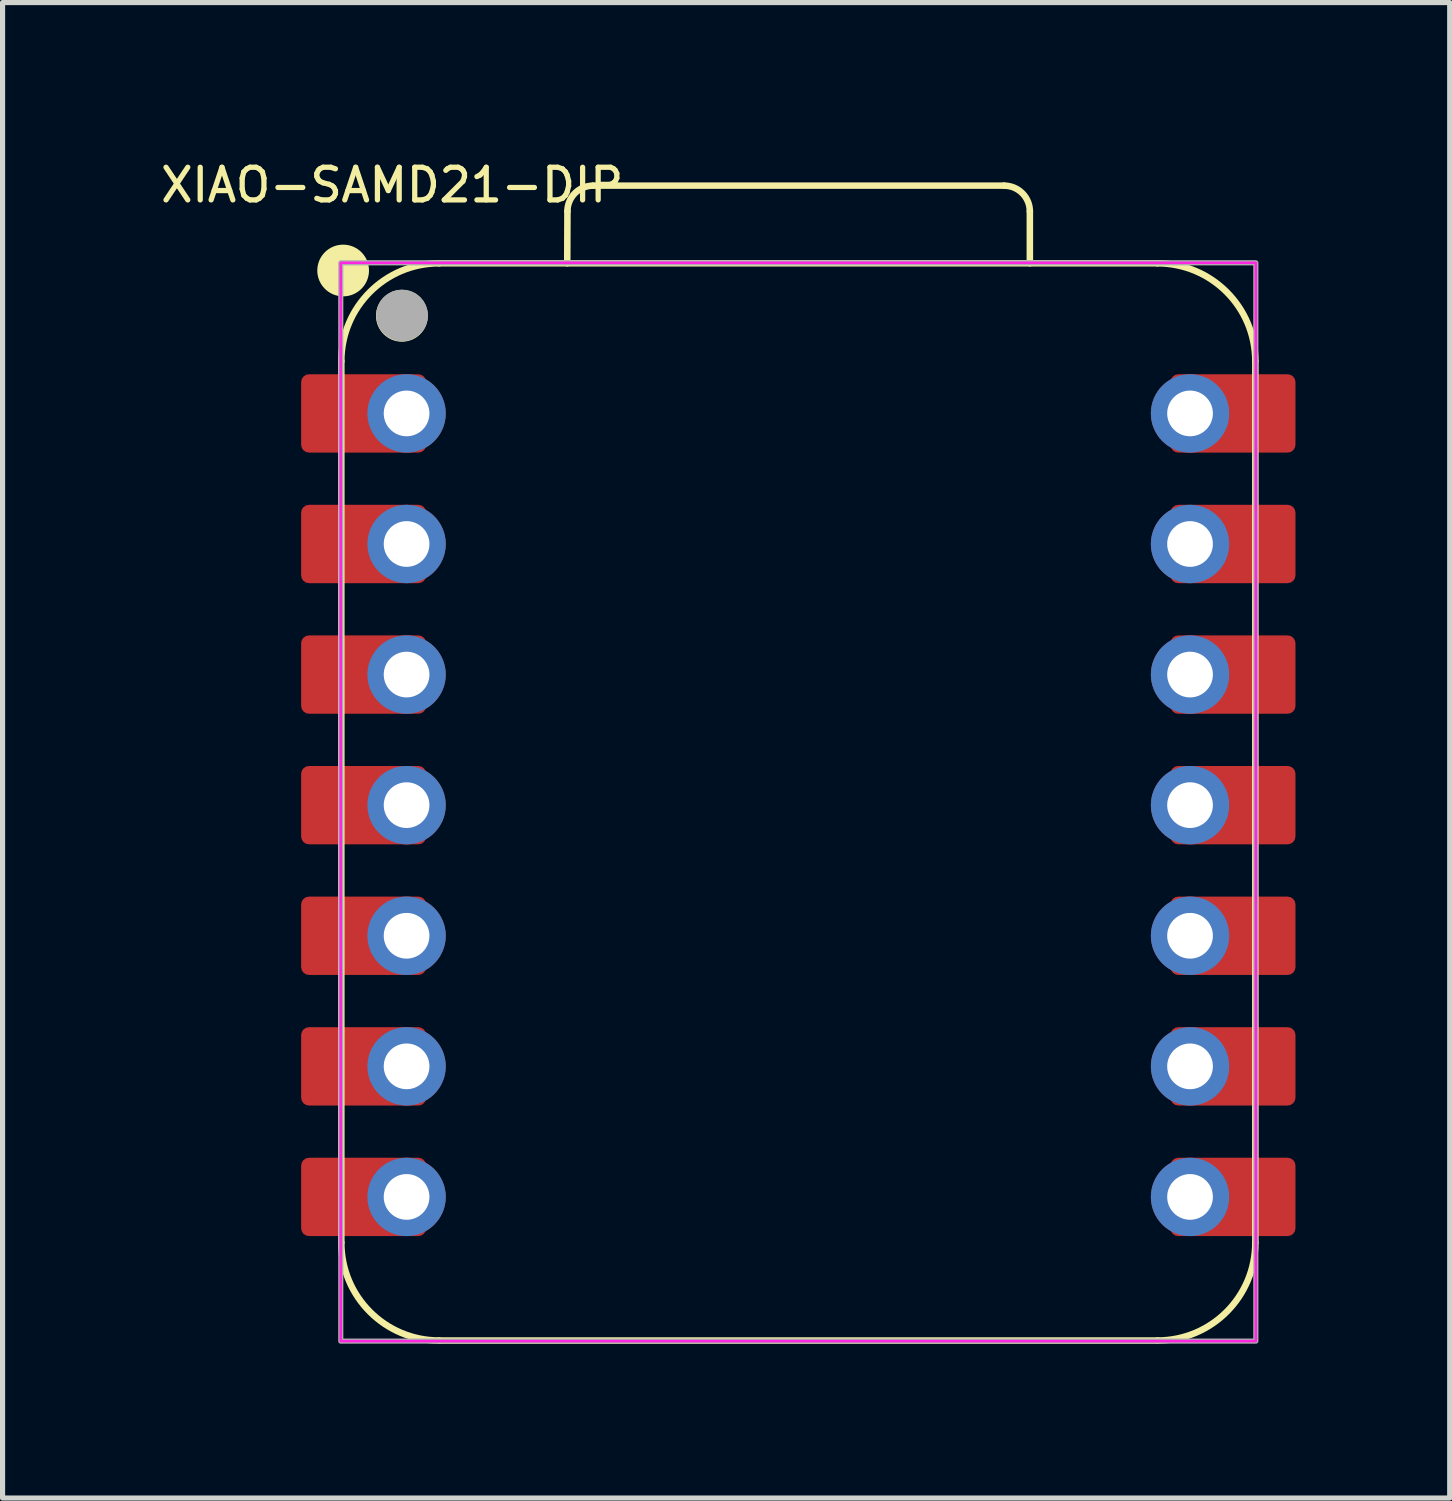
<source format=kicad_pcb>
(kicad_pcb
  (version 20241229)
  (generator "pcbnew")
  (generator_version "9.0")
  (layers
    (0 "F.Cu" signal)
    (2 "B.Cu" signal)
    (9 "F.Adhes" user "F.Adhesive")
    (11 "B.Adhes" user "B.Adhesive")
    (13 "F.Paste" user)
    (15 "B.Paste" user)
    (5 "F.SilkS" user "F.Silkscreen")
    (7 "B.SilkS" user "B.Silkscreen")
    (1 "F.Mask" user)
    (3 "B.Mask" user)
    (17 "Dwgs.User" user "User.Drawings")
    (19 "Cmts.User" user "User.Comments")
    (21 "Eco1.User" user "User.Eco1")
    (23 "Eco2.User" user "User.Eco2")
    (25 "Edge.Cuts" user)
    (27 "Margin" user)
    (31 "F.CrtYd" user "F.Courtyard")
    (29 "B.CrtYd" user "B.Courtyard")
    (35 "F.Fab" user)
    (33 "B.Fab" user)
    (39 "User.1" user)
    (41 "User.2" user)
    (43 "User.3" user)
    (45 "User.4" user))
  (footprint "XIAO-SAMD21-DIP"
    (layer "F.Cu")
    (at 12.579 12.55)
    (property "Reference" "XIAO-SAMD21-DIP" (at -8 -12 0) (unlocked yes) (layer "F.SilkS") (effects (font (size 0.635 0.635) (thickness 0.102))))
    (attr smd)
    (fp_line (start -8.99 8.572) (end -8.99 -8.573) (stroke (width 0.127) (type solid)) (layer "F.SilkS"))
    (fp_line (start -7.085 10.476) (end 6.885 10.476) (stroke (width 0.127) (type solid)) (layer "F.SilkS"))
    (fp_line (start -4.595 -10.479) (end -4.591 -11.489) (stroke (width 0.127) (type solid)) (layer "F.SilkS"))
    (fp_line (start -4.091 -11.989) (end 3.904 -11.989) (stroke (width 0.127) (type solid)) (layer "F.SilkS"))
    (fp_line (start 4.404 -11.489) (end 4.404 -10.479) (stroke (width 0.127) (type solid)) (layer "F.SilkS"))
    (fp_line (start 6.885 -10.479) (end -7.085 -10.479) (stroke (width 0.1) (type solid)) (layer "F.SilkS"))
    (fp_line (start 6.885 -10.479) (end -7.085 -10.479) (stroke (width 0.127) (type solid)) (layer "F.SilkS"))
    (fp_line (start 8.79 8.572) (end 8.79 -8.573) (stroke (width 0.127) (type solid)) (layer "F.SilkS"))
    (fp_arc (start -8.99 -8.5735) (mid -8.432038 -9.920538) (end -7.085 -10.4785) (stroke (width 0.127) (type solid)) (layer "F.SilkS"))
    (fp_arc (start -7.085 10.4765) (mid -8.432038 9.918538) (end -8.99 8.5715) (stroke (width 0.127) (type solid)) (layer "F.SilkS"))
    (fp_arc (start -4.591272 -11.488772) (mid -4.444728 -11.84214) (end -4.091272 -11.9885) (stroke (width 0.127) (type default)) (layer "F.SilkS"))
    (fp_arc (start 3.904 -11.9885) (mid 4.257553 -11.842053) (end 4.404 -11.4885) (stroke (width 0.127) (type default)) (layer "F.SilkS"))
    (fp_arc (start 6.885 -10.4785) (mid 8.232038 -9.920538) (end 8.79 -8.5735) (stroke (width 0.127) (type solid)) (layer "F.SilkS"))
    (fp_arc (start 8.79 8.5715) (mid 8.232038 9.918538) (end 6.885 10.4765) (stroke (width 0.127) (type solid)) (layer "F.SilkS"))
    (fp_circle (center -8.954 -10.338) (end -8.954 -10.591) (stroke (width 0.5) (type solid)) (fill yes) (layer "F.SilkS"))
    (fp_circle (center -7.811 -9.457) (end -7.811 -9.711) (stroke (width 0.5) (type solid)) (fill yes) (layer "F.SilkS"))
    (fp_rect (start -9 -10.488) (end 8.8 10.488) (stroke (width 0.05) (type default)) (fill no) (layer "F.CrtYd"))
    (fp_rect (start -9 -10.488) (end 8.8 10.488) (stroke (width 0.1) (type default)) (fill no) (layer "F.Fab"))
    (fp_circle (center -7.808 -9.463) (end -7.808 -9.717) (stroke (width 0.5) (type solid)) (fill no) (layer "F.Fab"))
    (pad "1" smd roundrect (at -8.555 -7.558 180) (size 2.432 1.524) (layers "F.Cu" "F.Mask") (roundrect_rratio 0.1))
    (pad "1" thru_hole circle (at -7.72 -7.558 180) (size 1.524 1.524) (drill 0.889) (layers "*.Cu" "*.Mask"))
    (pad "2" smd roundrect (at -8.555 -5.018 180) (size 2.432 1.524) (layers "F.Cu" "F.Mask") (roundrect_rratio 0.1))
    (pad "2" thru_hole circle (at -7.72 -5.018 180) (size 1.524 1.524) (drill 0.889) (layers "*.Cu" "*.Mask"))
    (pad "3" smd roundrect (at -8.555 -2.478 180) (size 2.432 1.524) (layers "F.Cu" "F.Mask") (roundrect_rratio 0.1))
    (pad "3" thru_hole circle (at -7.72 -2.478 180) (size 1.524 1.524) (drill 0.889) (layers "*.Cu" "*.Mask"))
    (pad "4" smd roundrect (at -8.555 0.062 180) (size 2.432 1.524) (layers "F.Cu" "F.Mask") (roundrect_rratio 0.1))
    (pad "4" thru_hole circle (at -7.72 0.062 180) (size 1.524 1.524) (drill 0.889) (layers "*.Cu" "*.Mask"))
    (pad "5" smd roundrect (at -8.555 2.603 180) (size 2.432 1.524) (layers "F.Cu" "F.Mask") (roundrect_rratio 0.1))
    (pad "5" thru_hole circle (at -7.72 2.603 180) (size 1.524 1.524) (drill 0.889) (layers "*.Cu" "*.Mask"))
    (pad "6" smd roundrect (at -8.555 5.143 180) (size 2.432 1.524) (layers "F.Cu" "F.Mask") (roundrect_rratio 0.1))
    (pad "6" thru_hole circle (at -7.72 5.143 180) (size 1.524 1.524) (drill 0.889) (layers "*.Cu" "*.Mask"))
    (pad "7" smd roundrect (at -8.555 7.683 180) (size 2.432 1.524) (layers "F.Cu" "F.Mask") (roundrect_rratio 0.1))
    (pad "7" thru_hole circle (at -7.72 7.683 180) (size 1.524 1.524) (drill 0.889) (layers "*.Cu" "*.Mask"))
    (pad "8" thru_hole circle (at 7.52 7.683) (size 1.524 1.524) (drill 0.889) (layers "*.Cu" "*.Mask"))
    (pad "8" smd roundrect (at 8.355 7.683) (size 2.432 1.524) (layers "F.Cu" "F.Mask") (roundrect_rratio 0.1))
    (pad "9" thru_hole circle (at 7.52 5.143) (size 1.524 1.524) (drill 0.889) (layers "*.Cu" "*.Mask"))
    (pad "9" smd roundrect (at 8.355 5.143) (size 2.432 1.524) (layers "F.Cu" "F.Mask") (roundrect_rratio 0.1))
    (pad "10" thru_hole circle (at 7.52 2.603) (size 1.524 1.524) (drill 0.889) (layers "*.Cu" "*.Mask"))
    (pad "10" smd roundrect (at 8.355 2.603) (size 2.432 1.524) (layers "F.Cu" "F.Mask") (roundrect_rratio 0.1))
    (pad "11" thru_hole circle (at 7.52 0.062) (size 1.524 1.524) (drill 0.889) (layers "*.Cu" "*.Mask"))
    (pad "11" smd roundrect (at 8.355 0.062) (size 2.432 1.524) (layers "F.Cu" "F.Mask") (roundrect_rratio 0.1))
    (pad "12" thru_hole circle (at 7.52 -2.478) (size 1.524 1.524) (drill 0.889) (layers "*.Cu" "*.Mask"))
    (pad "12" smd roundrect (at 8.355 -2.478) (size 2.432 1.524) (layers "F.Cu" "F.Mask") (roundrect_rratio 0.1))
    (pad "13" thru_hole circle (at 7.52 -5.018) (size 1.524 1.524) (drill 0.889) (layers "*.Cu" "*.Mask"))
    (pad "13" smd roundrect (at 8.355 -5.018) (size 2.432 1.524) (layers "F.Cu" "F.Mask") (roundrect_rratio 0.1))
    (pad "14" thru_hole circle (at 7.52 -7.558) (size 1.524 1.524) (drill 0.889) (layers "*.Cu" "*.Mask"))
    (pad "14" smd roundrect (at 8.355 -7.558) (size 2.432 1.524) (layers "F.Cu" "F.Mask") (roundrect_rratio 0.1)))
  (gr_rect
    (start -3 -3)
    (end 25.15 26.09)
    (stroke (width 0.1) (type default))
    (fill no)
    (layer "Edge.Cuts")))
</source>
